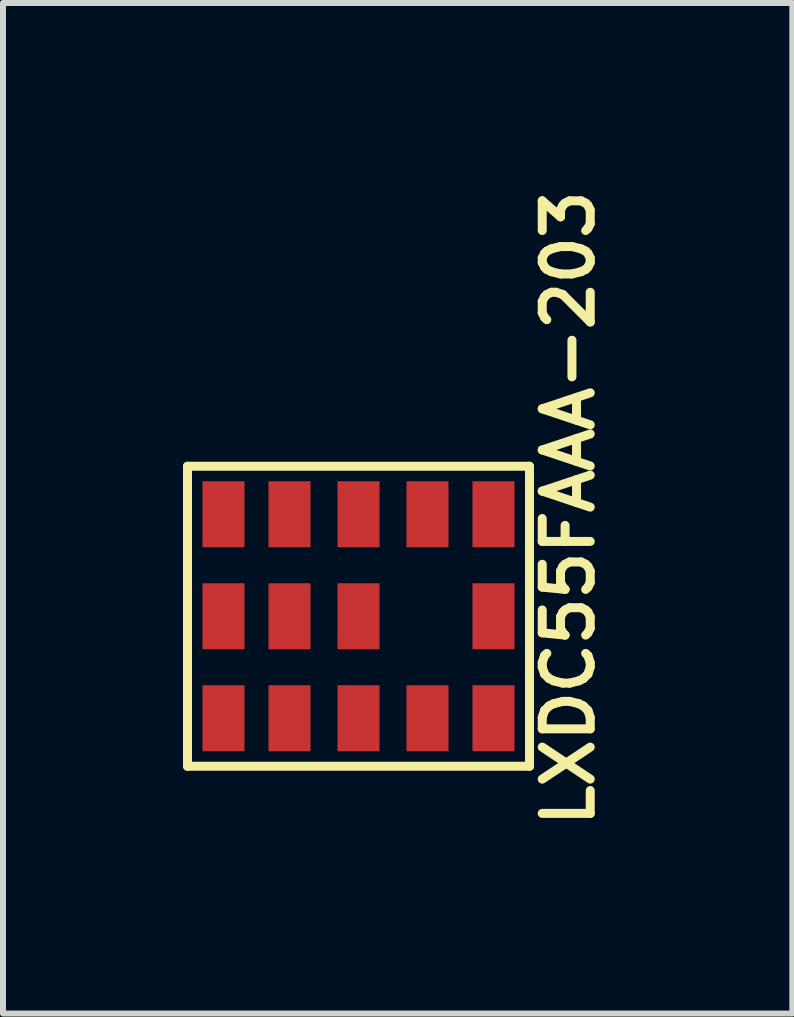
<source format=kicad_pcb>
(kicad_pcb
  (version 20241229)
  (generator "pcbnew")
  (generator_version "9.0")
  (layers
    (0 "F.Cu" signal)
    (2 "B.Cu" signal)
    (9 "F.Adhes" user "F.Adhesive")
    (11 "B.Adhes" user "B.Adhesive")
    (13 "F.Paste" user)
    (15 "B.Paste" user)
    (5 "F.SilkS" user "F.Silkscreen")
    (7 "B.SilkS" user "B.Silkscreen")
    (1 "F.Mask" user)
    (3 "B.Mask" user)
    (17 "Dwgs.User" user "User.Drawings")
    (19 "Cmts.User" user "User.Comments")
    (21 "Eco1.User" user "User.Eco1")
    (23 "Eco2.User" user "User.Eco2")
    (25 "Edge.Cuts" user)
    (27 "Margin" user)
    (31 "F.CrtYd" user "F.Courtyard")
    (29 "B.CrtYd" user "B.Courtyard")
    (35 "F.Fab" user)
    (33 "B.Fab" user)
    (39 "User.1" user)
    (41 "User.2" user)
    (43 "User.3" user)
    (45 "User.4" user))
  (footprint "LXDC55FAAA-203"
    (layer "F.Cu")
    (at 2.925 7.221)
    (property "Reference" "LXDC55FAAA-203" (at 3.5 -1.8 90) (layer "F.SilkS") (effects (font (size 0.8 0.8) (thickness 0.15))))
    (attr through_hole)
    (fp_line (start -2.85 -2.5) (end -2.85 2.5) (stroke (width 0.15) (type solid)) (layer "F.SilkS"))
    (fp_line (start -2.85 2.5) (end 2.85 2.5) (stroke (width 0.15) (type solid)) (layer "F.SilkS"))
    (fp_line (start 2.85 -2.5) (end -2.85 -2.5) (stroke (width 0.15) (type solid)) (layer "F.SilkS"))
    (fp_line (start 2.85 2.5) (end 2.85 -2.5) (stroke (width 0.15) (type solid)) (layer "F.SilkS"))
    (pad "1" smd rect (at 2.25 -1.7) (size 0.7 1.1) (layers "F.Cu" "F.Mask" "F.Paste"))
    (pad "2" smd rect (at 1.15 -1.7) (size 0.7 1.1) (layers "F.Cu" "F.Mask" "F.Paste"))
    (pad "3" smd rect (at 0 -1.7) (size 0.7 1.1) (layers "F.Cu" "F.Mask" "F.Paste"))
    (pad "4" smd rect (at -1.15 -1.7) (size 0.7 1.1) (layers "F.Cu" "F.Mask" "F.Paste"))
    (pad "5" smd rect (at -2.25 -1.7) (size 0.7 1.1) (layers "F.Cu" "F.Mask" "F.Paste"))
    (pad "6" smd rect (at -2.25 0) (size 0.7 1.1) (layers "F.Cu" "F.Mask" "F.Paste"))
    (pad "7" smd rect (at -2.25 1.7) (size 0.7 1.1) (layers "F.Cu" "F.Mask" "F.Paste"))
    (pad "8" smd rect (at -1.15 1.7) (size 0.7 1.1) (layers "F.Cu" "F.Mask" "F.Paste"))
    (pad "9" smd rect (at 0 1.7) (size 0.7 1.1) (layers "F.Cu" "F.Mask" "F.Paste"))
    (pad "10" smd rect (at 1.15 1.7) (size 0.7 1.1) (layers "F.Cu" "F.Mask" "F.Paste"))
    (pad "11" smd rect (at 2.25 1.7) (size 0.7 1.1) (layers "F.Cu" "F.Mask" "F.Paste"))
    (pad "12" smd rect (at 2.25 0) (size 0.7 1.1) (layers "F.Cu" "F.Mask" "F.Paste"))
    (pad "13" smd rect (at 0 0) (size 0.7 1.1) (layers "F.Cu" "F.Mask" "F.Paste"))
    (pad "14" smd rect (at -1.15 0) (size 0.7 1.1) (layers "F.Cu" "F.Mask" "F.Paste")))
  (gr_rect
    (start -3 -3)
    (end 10.156 13.842)
    (stroke (width 0.1) (type default))
    (fill no)
    (layer "Edge.Cuts")))
</source>
